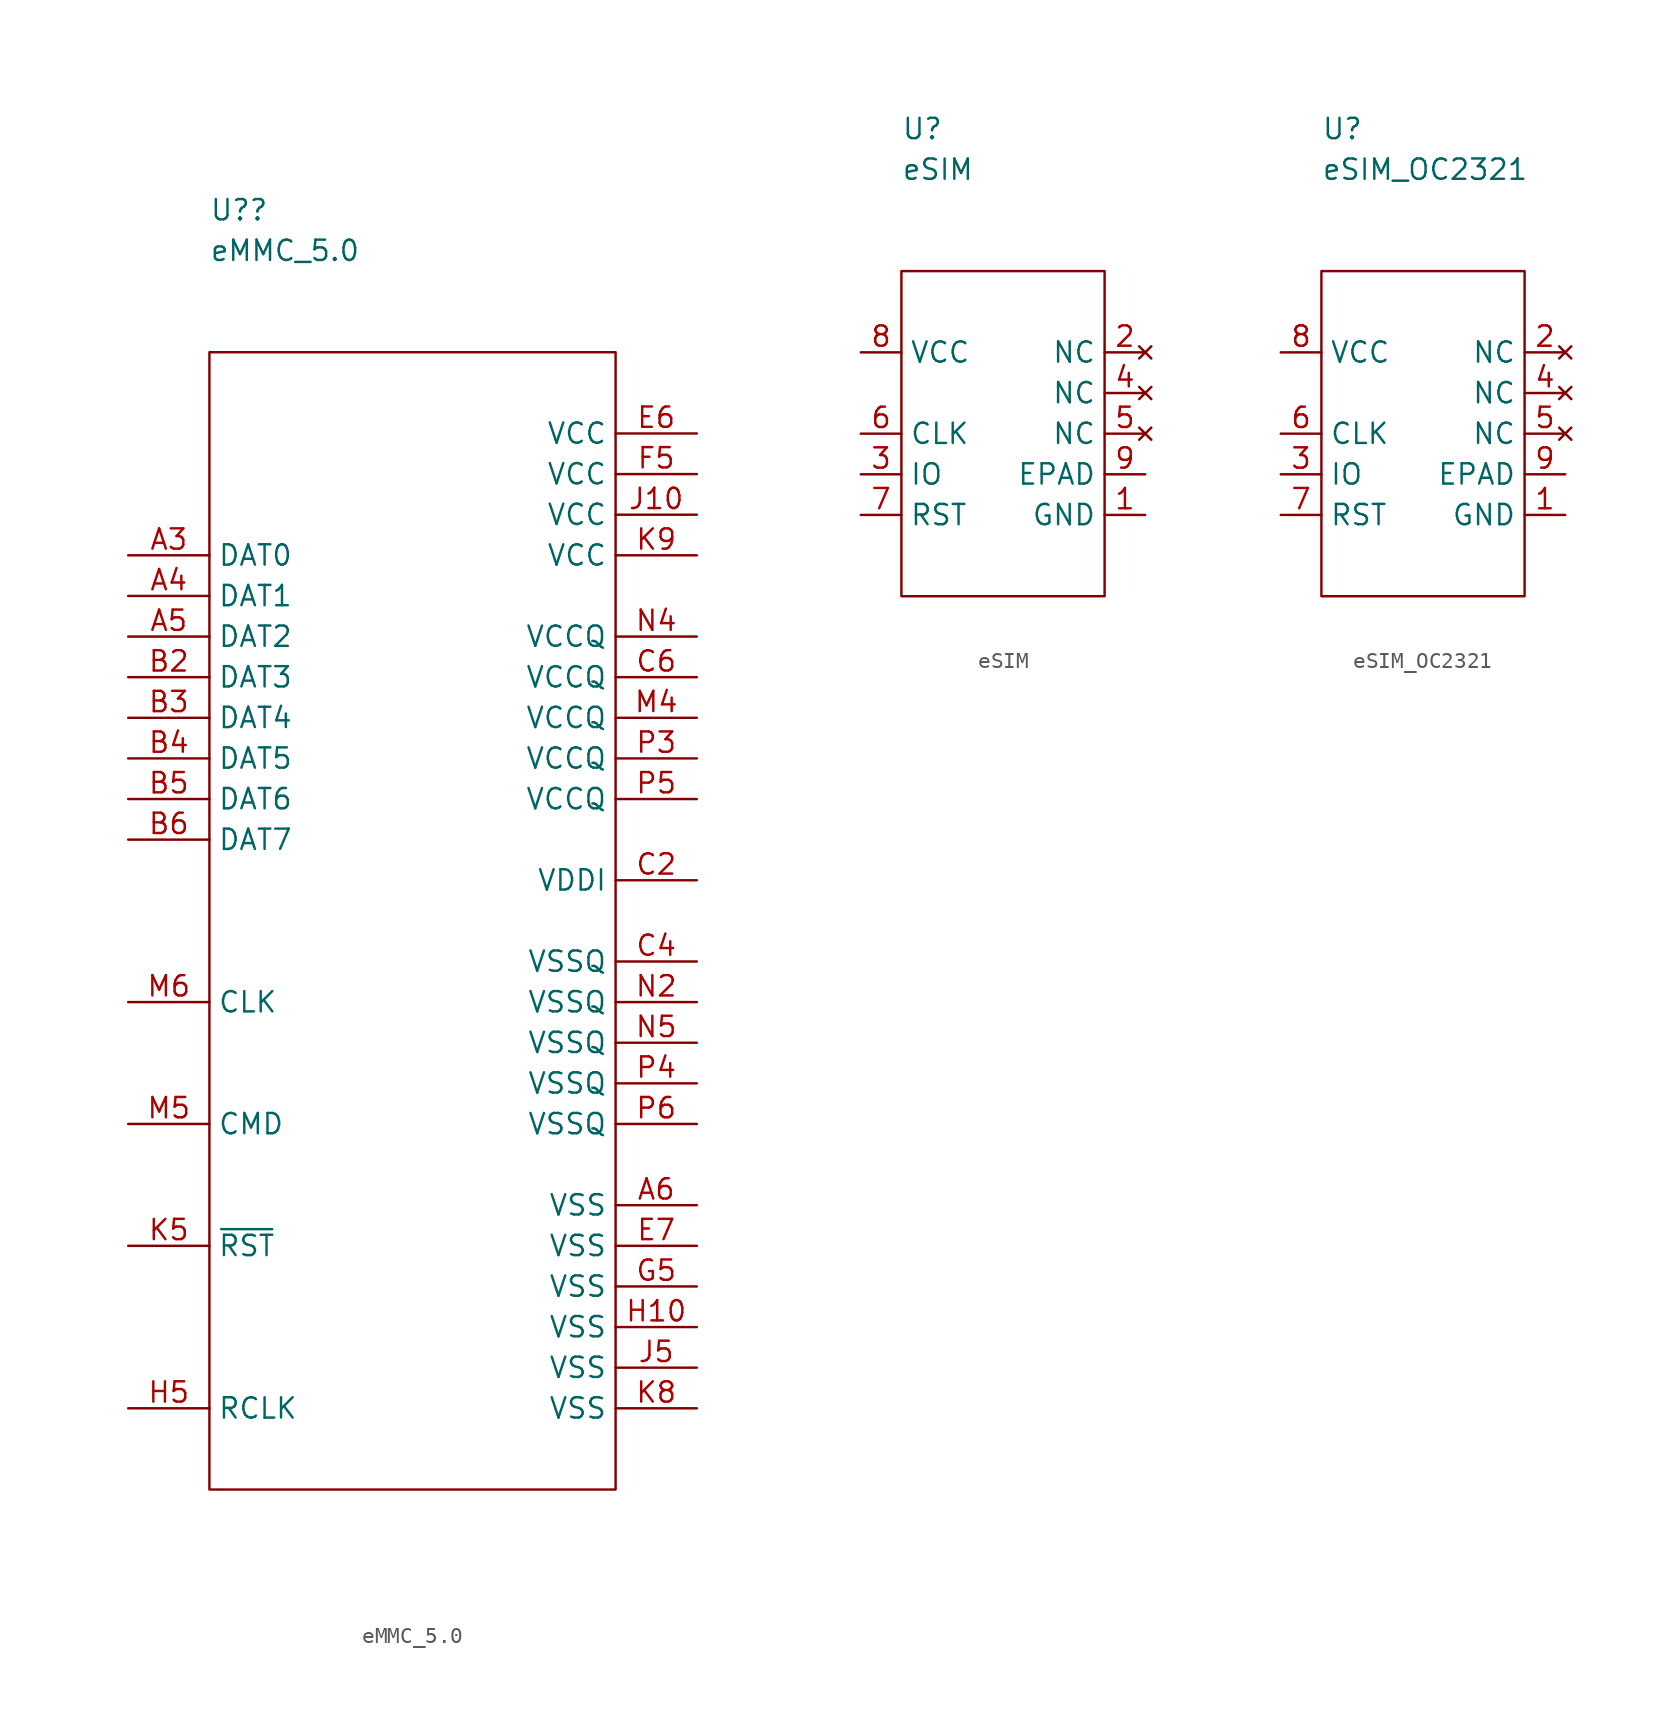
<source format=kicad_sym>
(kicad_symbol_lib
  (version 20211014)
  (generator kicad_symbol_editor)
  (symbol "eMMC_5.0"
    (property "Reference" "U?"
      (at 0 8.89 0)
      (effects (font (size 1.27 1.27)) (justify left)))
    (property "Value" "eMMC_5.0"
      (at 0 6.35 0)
      (effects (font (size 1.27 1.27)) (justify left)))
    (symbol "eMMC_5.0_0_1"
      (rectangle (start 0 0) (end 25.4 -71.12) (stroke (width 0.152) (type default) (color 0 0 0 0)) (fill (type none))))
    (symbol "eMMC_5.0_1_0"
      (pin passive line (at -5.08 -12.7 0) (length 5.08) (name "DAT0" (effects (font (size 1.27 1.27)))) (number "A3" (effects (font (size 1.27 1.27)))))
      (pin passive line (at -5.08 -15.24 0) (length 5.08) (name "DAT1" (effects (font (size 1.27 1.27)))) (number "A4" (effects (font (size 1.27 1.27)))))
      (pin passive line (at -5.08 -17.78 0) (length 5.08) (name "DAT2" (effects (font (size 1.27 1.27)))) (number "A5" (effects (font (size 1.27 1.27)))))
      (pin passive line (at 30.48 -53.34 180) (length 5.08) (name "VSS" (effects (font (size 1.27 1.27)))) (number "A6" (effects (font (size 1.27 1.27)))))
      (pin passive line (at -5.08 -20.32 0) (length 5.08) (name "DAT3" (effects (font (size 1.27 1.27)))) (number "B2" (effects (font (size 1.27 1.27)))))
      (pin passive line (at -5.08 -22.86 0) (length 5.08) (name "DAT4" (effects (font (size 1.27 1.27)))) (number "B3" (effects (font (size 1.27 1.27)))))
      (pin passive line (at -5.08 -25.4 0) (length 5.08) (name "DAT5" (effects (font (size 1.27 1.27)))) (number "B4" (effects (font (size 1.27 1.27)))))
      (pin passive line (at -5.08 -27.94 0) (length 5.08) (name "DAT6" (effects (font (size 1.27 1.27)))) (number "B5" (effects (font (size 1.27 1.27)))))
      (pin passive line (at -5.08 -30.48 0) (length 5.08) (name "DAT7" (effects (font (size 1.27 1.27)))) (number "B6" (effects (font (size 1.27 1.27)))))
      (pin passive line (at 30.48 -33.02 180) (length 5.08) (name "VDDI" (effects (font (size 1.27 1.27)))) (number "C2" (effects (font (size 1.27 1.27)))))
      (pin passive line (at 30.48 -38.1 180) (length 5.08) (name "VSSQ" (effects (font (size 1.27 1.27)))) (number "C4" (effects (font (size 1.27 1.27)))))
      (pin passive line (at 30.48 -20.32 180) (length 5.08) (name "VCCQ" (effects (font (size 1.27 1.27)))) (number "C6" (effects (font (size 1.27 1.27)))))
      (pin passive line (at 30.48 -5.08 180) (length 5.08) (name "VCC" (effects (font (size 1.27 1.27)))) (number "E6" (effects (font (size 1.27 1.27)))))
      (pin passive line (at 30.48 -55.88 180) (length 5.08) (name "VSS" (effects (font (size 1.27 1.27)))) (number "E7" (effects (font (size 1.27 1.27)))))
      (pin passive line (at 30.48 -7.62 180) (length 5.08) (name "VCC" (effects (font (size 1.27 1.27)))) (number "F5" (effects (font (size 1.27 1.27)))))
      (pin passive line (at 30.48 -58.42 180) (length 5.08) (name "VSS" (effects (font (size 1.27 1.27)))) (number "G5" (effects (font (size 1.27 1.27)))))
      (pin passive line (at 30.48 -60.96 180) (length 5.08) (name "VSS" (effects (font (size 1.27 1.27)))) (number "H10" (effects (font (size 1.27 1.27)))))
      (pin passive line (at -5.08 -66.04 0) (length 5.08) (name "RCLK" (effects (font (size 1.27 1.27)))) (number "H5" (effects (font (size 1.27 1.27)))))
      (pin passive line (at 30.48 -10.16 180) (length 5.08) (name "VCC" (effects (font (size 1.27 1.27)))) (number "J10" (effects (font (size 1.27 1.27)))))
      (pin passive line (at 30.48 -63.5 180) (length 5.08) (name "VSS" (effects (font (size 1.27 1.27)))) (number "J5" (effects (font (size 1.27 1.27)))))
      (pin passive line (at -5.08 -55.88 0) (length 5.08) (name "~{RST}" (effects (font (size 1.27 1.27)))) (number "K5" (effects (font (size 1.27 1.27)))))
      (pin passive line (at 30.48 -66.04 180) (length 5.08) (name "VSS" (effects (font (size 1.27 1.27)))) (number "K8" (effects (font (size 1.27 1.27)))))
      (pin passive line (at 30.48 -12.7 180) (length 5.08) (name "VCC" (effects (font (size 1.27 1.27)))) (number "K9" (effects (font (size 1.27 1.27)))))
      (pin passive line (at 30.48 -22.86 180) (length 5.08) (name "VCCQ" (effects (font (size 1.27 1.27)))) (number "M4" (effects (font (size 1.27 1.27)))))
      (pin passive line (at -5.08 -48.26 0) (length 5.08) (name "CMD" (effects (font (size 1.27 1.27)))) (number "M5" (effects (font (size 1.27 1.27)))))
      (pin passive line (at -5.08 -40.64 0) (length 5.08) (name "CLK" (effects (font (size 1.27 1.27)))) (number "M6" (effects (font (size 1.27 1.27)))))
      (pin passive line (at 30.48 -40.64 180) (length 5.08) (name "VSSQ" (effects (font (size 1.27 1.27)))) (number "N2" (effects (font (size 1.27 1.27)))))
      (pin passive line (at 30.48 -17.78 180) (length 5.08) (name "VCCQ" (effects (font (size 1.27 1.27)))) (number "N4" (effects (font (size 1.27 1.27)))))
      (pin passive line (at 30.48 -43.18 180) (length 5.08) (name "VSSQ" (effects (font (size 1.27 1.27)))) (number "N5" (effects (font (size 1.27 1.27)))))
      (pin passive line (at 30.48 -25.4 180) (length 5.08) (name "VCCQ" (effects (font (size 1.27 1.27)))) (number "P3" (effects (font (size 1.27 1.27)))))
      (pin passive line (at 30.48 -45.72 180) (length 5.08) (name "VSSQ" (effects (font (size 1.27 1.27)))) (number "P4" (effects (font (size 1.27 1.27)))))
      (pin passive line (at 30.48 -27.94 180) (length 5.08) (name "VCCQ" (effects (font (size 1.27 1.27)))) (number "P5" (effects (font (size 1.27 1.27)))))
      (pin passive line (at 30.48 -48.26 180) (length 5.08) (name "VSSQ" (effects (font (size 1.27 1.27)))) (number "P6" (effects (font (size 1.27 1.27)))))))
  (symbol "eSIM"
    (property "Reference" "U"
      (at 0 8.89 0)
      (effects (font (size 1.27 1.27)) (justify left)))
    (property "Value" "eSIM"
      (at 0 6.35 0)
      (effects (font (size 1.27 1.27)) (justify left)))
    (symbol "eSIM_0_0"
      (pin passive line (at 15.24 -15.24 180) (length 2.54) (name "GND" (effects (font (size 1.27 1.27)))) (number "1" (effects (font (size 1.27 1.27)))))
      (pin no_connect line (at 15.24 -5.08 180) (length 2.54) (name "NC" (effects (font (size 1.27 1.27)))) (number "2" (effects (font (size 1.27 1.27)))))
      (pin passive line (at -2.54 -12.7 0) (length 2.54) (name "IO" (effects (font (size 1.27 1.27)))) (number "3" (effects (font (size 1.27 1.27)))))
      (pin no_connect line (at 15.24 -7.62 180) (length 2.54) (name "NC" (effects (font (size 1.27 1.27)))) (number "4" (effects (font (size 1.27 1.27)))))
      (pin no_connect line (at 15.24 -10.16 180) (length 2.54) (name "NC" (effects (font (size 1.27 1.27)))) (number "5" (effects (font (size 1.27 1.27)))))
      (pin passive line (at -2.54 -10.16 0) (length 2.54) (name "CLK" (effects (font (size 1.27 1.27)))) (number "6" (effects (font (size 1.27 1.27)))))
      (pin passive line (at 15.24 -12.7 180) (length 2.54) (name "EPAD" (effects (font (size 1.27 1.27)))) (number "9" (effects (font (size 1.27 1.27))))))
    (symbol "eSIM_0_1"
      (rectangle (start 0 0) (end 12.7 -20.32) (stroke (width 0.152) (type default) (color 0 0 0 0)) (fill (type none))))
    (symbol "eSIM_1_1"
      (pin passive line (at -2.54 -15.24 0) (length 2.54) (name "RST" (effects (font (size 1.27 1.27)))) (number "7" (effects (font (size 1.27 1.27)))))
      (pin passive line (at -2.54 -5.08 0) (length 2.54) (name "VCC" (effects (font (size 1.27 1.27)))) (number "8" (effects (font (size 1.27 1.27)))))))
  (symbol "eSIM_OC2321"
    (property "Reference" "U"
      (at 0 8.89 0)
      (effects (font (size 1.27 1.27)) (justify left)))
    (property "Value" "eSIM_OC2321"
      (at 0 6.35 0)
      (effects (font (size 1.27 1.27)) (justify left)))
    (symbol "eSIM_OC2321_0_0"
      (pin passive line (at 15.24 -15.24 180) (length 2.54) (name "GND" (effects (font (size 1.27 1.27)))) (number "1" (effects (font (size 1.27 1.27)))))
      (pin no_connect line (at 15.24 -5.08 180) (length 2.54) (name "NC" (effects (font (size 1.27 1.27)))) (number "2" (effects (font (size 1.27 1.27)))))
      (pin passive line (at -2.54 -12.7 0) (length 2.54) (name "IO" (effects (font (size 1.27 1.27)))) (number "3" (effects (font (size 1.27 1.27)))))
      (pin no_connect line (at 15.24 -7.62 180) (length 2.54) (name "NC" (effects (font (size 1.27 1.27)))) (number "4" (effects (font (size 1.27 1.27)))))
      (pin no_connect line (at 15.24 -10.16 180) (length 2.54) (name "NC" (effects (font (size 1.27 1.27)))) (number "5" (effects (font (size 1.27 1.27)))))
      (pin passive line (at -2.54 -10.16 0) (length 2.54) (name "CLK" (effects (font (size 1.27 1.27)))) (number "6" (effects (font (size 1.27 1.27)))))
      (pin passive line (at 15.24 -12.7 180) (length 2.54) (name "EPAD" (effects (font (size 1.27 1.27)))) (number "9" (effects (font (size 1.27 1.27))))))
    (symbol "eSIM_OC2321_0_1"
      (rectangle (start 0 0) (end 12.7 -20.32) (stroke (width 0.152) (type default) (color 0 0 0 0)) (fill (type none))))
    (symbol "eSIM_OC2321_1_1"
      (pin passive line (at -2.54 -15.24 0) (length 2.54) (name "RST" (effects (font (size 1.27 1.27)))) (number "7" (effects (font (size 1.27 1.27)))))
      (pin passive line (at -2.54 -5.08 0) (length 2.54) (name "VCC" (effects (font (size 1.27 1.27)))) (number "8" (effects (font (size 1.27 1.27))))))))
</source>
